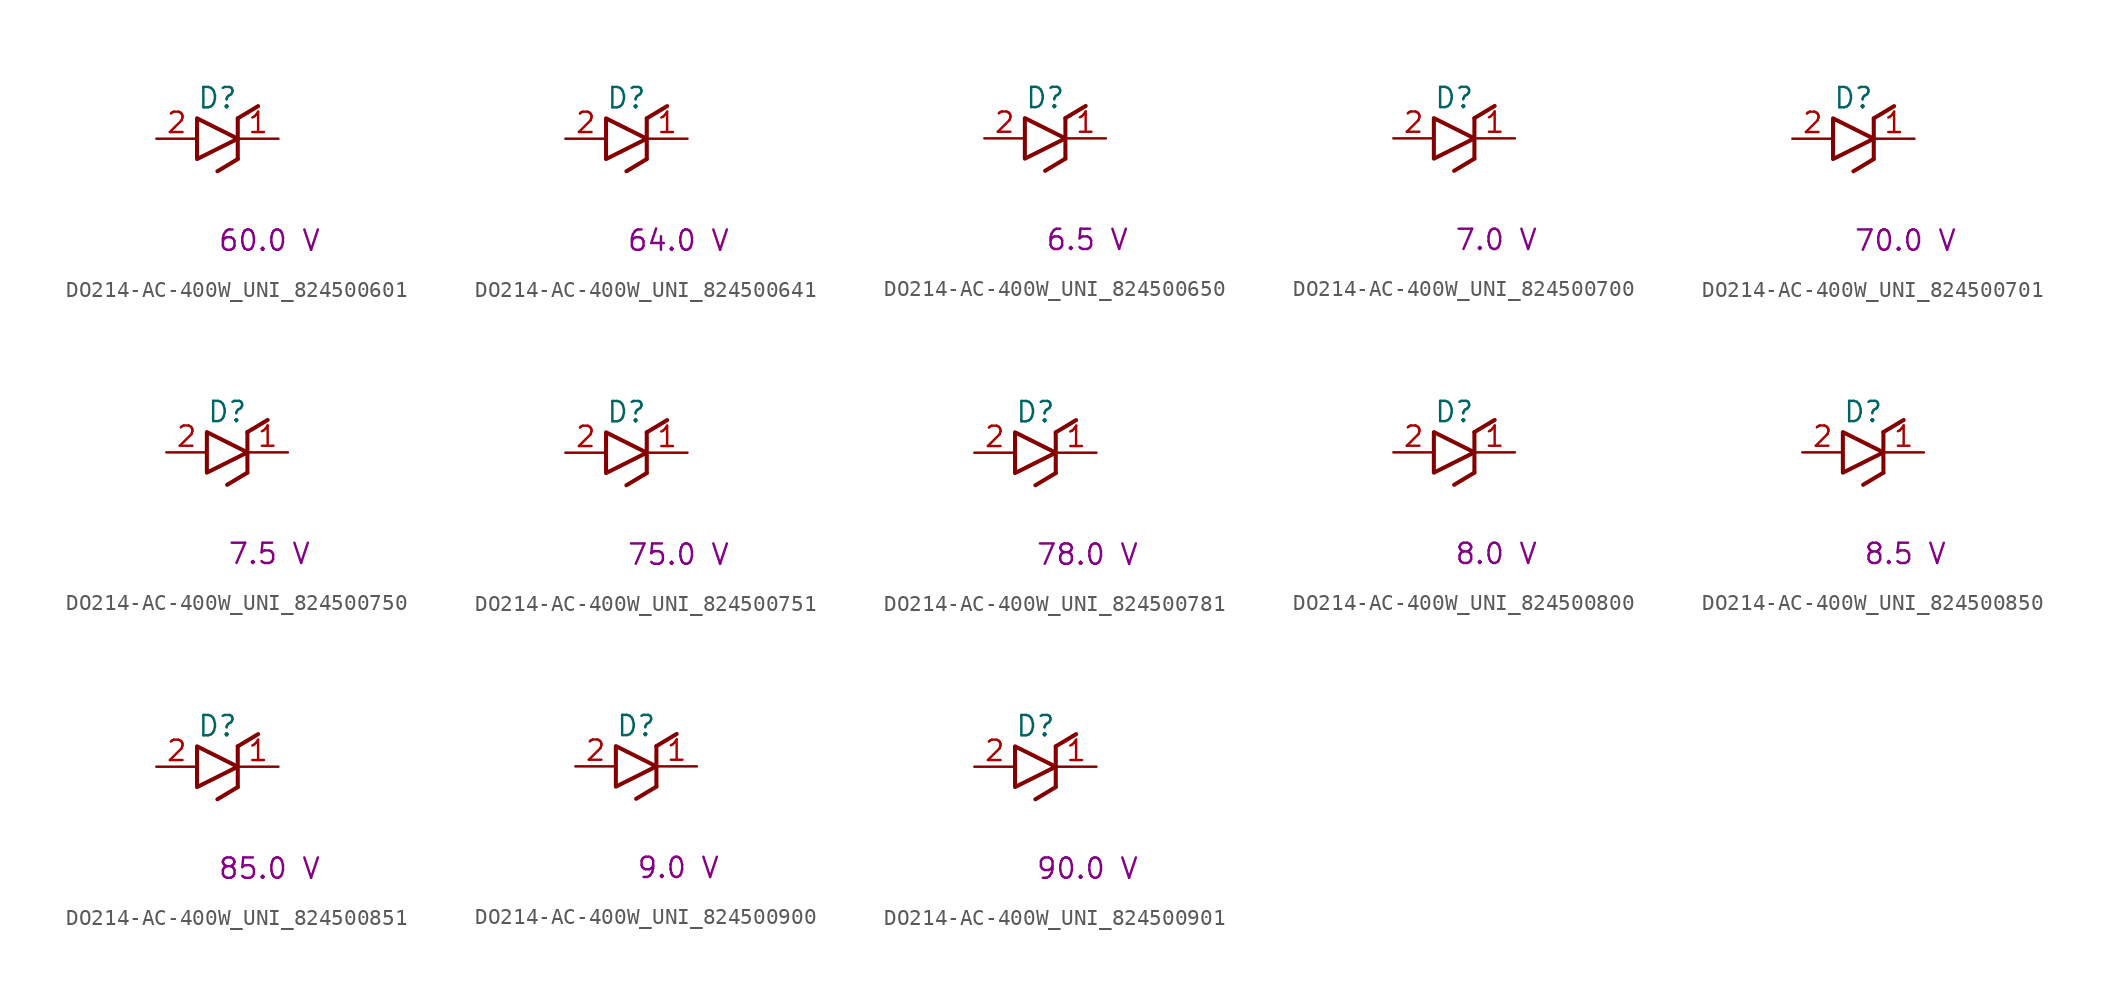
<source format=kicad_sym>
(kicad_symbol_lib
  (version 20220914)
  (generator kicad_symbol_editor)
  (symbol "DO214-AC-400W_UNI_824500601"
    (pin_names hide)
    (property "Reference" "D"
      (at 0 2.54 0)
      (effects (font (size 1.27 1.27))))
    (property "Critical Parameter" "60.0 V"
      (at 0 -6.35 0)
      (effects (font (size 1.27 1.27)) (justify left)))
    (symbol "DO214-AC-400W_UNI_824500601_1_1"
      (polyline (pts (xy 1.27 -1.27) (xy 0 -2.032)) (stroke (width 0.254) (type default)) (fill (type none)))
      (polyline (pts (xy 1.27 1.27) (xy 1.27 -1.27)) (stroke (width 0.254) (type default)) (fill (type none)))
      (polyline (pts (xy 1.27 1.27) (xy 2.54 2.032)) (stroke (width 0.254) (type default)) (fill (type none)))
      (polyline (pts (xy -1.27 1.27) (xy -1.27 -1.27) (xy 1.27 0) (xy -1.27 1.27)) (stroke (width 0.254) (type default)) (fill (type none)))
      (pin passive line (at -3.81 0 0) (length 2.54) (name "Anode" (effects (font (size 1.27 1.27)))) (number "2" (effects (font (size 1.27 1.27)))))
      (pin passive line (at 3.81 0 180) (length 2.54) (name "Cathode" (effects (font (size 1.27 1.27)))) (number "1" (effects (font (size 1.27 1.27)))))))
  (symbol "DO214-AC-400W_UNI_824500641"
    (pin_names hide)
    (property "Reference" "D"
      (at 0 2.54 0)
      (effects (font (size 1.27 1.27))))
    (property "Critical Parameter" "64.0 V"
      (at 0 -6.35 0)
      (effects (font (size 1.27 1.27)) (justify left)))
    (symbol "DO214-AC-400W_UNI_824500641_1_1"
      (polyline (pts (xy 1.27 -1.27) (xy 0 -2.032)) (stroke (width 0.254) (type default)) (fill (type none)))
      (polyline (pts (xy 1.27 1.27) (xy 1.27 -1.27)) (stroke (width 0.254) (type default)) (fill (type none)))
      (polyline (pts (xy 1.27 1.27) (xy 2.54 2.032)) (stroke (width 0.254) (type default)) (fill (type none)))
      (polyline (pts (xy -1.27 1.27) (xy -1.27 -1.27) (xy 1.27 0) (xy -1.27 1.27)) (stroke (width 0.254) (type default)) (fill (type none)))
      (pin passive line (at -3.81 0 0) (length 2.54) (name "Anode" (effects (font (size 1.27 1.27)))) (number "2" (effects (font (size 1.27 1.27)))))
      (pin passive line (at 3.81 0 180) (length 2.54) (name "Cathode" (effects (font (size 1.27 1.27)))) (number "1" (effects (font (size 1.27 1.27)))))))
  (symbol "DO214-AC-400W_UNI_824500650"
    (pin_names hide)
    (property "Reference" "D"
      (at 0 2.54 0)
      (effects (font (size 1.27 1.27))))
    (property "Critical Parameter" "6.5 V"
      (at 0 -6.35 0)
      (effects (font (size 1.27 1.27)) (justify left)))
    (symbol "DO214-AC-400W_UNI_824500650_1_1"
      (polyline (pts (xy 1.27 -1.27) (xy 0 -2.032)) (stroke (width 0.254) (type default)) (fill (type none)))
      (polyline (pts (xy 1.27 1.27) (xy 1.27 -1.27)) (stroke (width 0.254) (type default)) (fill (type none)))
      (polyline (pts (xy 1.27 1.27) (xy 2.54 2.032)) (stroke (width 0.254) (type default)) (fill (type none)))
      (polyline (pts (xy -1.27 1.27) (xy -1.27 -1.27) (xy 1.27 0) (xy -1.27 1.27)) (stroke (width 0.254) (type default)) (fill (type none)))
      (pin passive line (at -3.81 0 0) (length 2.54) (name "Anode" (effects (font (size 1.27 1.27)))) (number "2" (effects (font (size 1.27 1.27)))))
      (pin passive line (at 3.81 0 180) (length 2.54) (name "Cathode" (effects (font (size 1.27 1.27)))) (number "1" (effects (font (size 1.27 1.27)))))))
  (symbol "DO214-AC-400W_UNI_824500700"
    (pin_names hide)
    (property "Reference" "D"
      (at 0 2.54 0)
      (effects (font (size 1.27 1.27))))
    (property "Critical Parameter" "7.0 V"
      (at 0 -6.35 0)
      (effects (font (size 1.27 1.27)) (justify left)))
    (symbol "DO214-AC-400W_UNI_824500700_1_1"
      (polyline (pts (xy 1.27 -1.27) (xy 0 -2.032)) (stroke (width 0.254) (type default)) (fill (type none)))
      (polyline (pts (xy 1.27 1.27) (xy 1.27 -1.27)) (stroke (width 0.254) (type default)) (fill (type none)))
      (polyline (pts (xy 1.27 1.27) (xy 2.54 2.032)) (stroke (width 0.254) (type default)) (fill (type none)))
      (polyline (pts (xy -1.27 1.27) (xy -1.27 -1.27) (xy 1.27 0) (xy -1.27 1.27)) (stroke (width 0.254) (type default)) (fill (type none)))
      (pin passive line (at -3.81 0 0) (length 2.54) (name "Anode" (effects (font (size 1.27 1.27)))) (number "2" (effects (font (size 1.27 1.27)))))
      (pin passive line (at 3.81 0 180) (length 2.54) (name "Cathode" (effects (font (size 1.27 1.27)))) (number "1" (effects (font (size 1.27 1.27)))))))
  (symbol "DO214-AC-400W_UNI_824500701"
    (pin_names hide)
    (property "Reference" "D"
      (at 0 2.54 0)
      (effects (font (size 1.27 1.27))))
    (property "Critical Parameter" "70.0 V"
      (at 0 -6.35 0)
      (effects (font (size 1.27 1.27)) (justify left)))
    (symbol "DO214-AC-400W_UNI_824500701_1_1"
      (polyline (pts (xy 1.27 -1.27) (xy 0 -2.032)) (stroke (width 0.254) (type default)) (fill (type none)))
      (polyline (pts (xy 1.27 1.27) (xy 1.27 -1.27)) (stroke (width 0.254) (type default)) (fill (type none)))
      (polyline (pts (xy 1.27 1.27) (xy 2.54 2.032)) (stroke (width 0.254) (type default)) (fill (type none)))
      (polyline (pts (xy -1.27 1.27) (xy -1.27 -1.27) (xy 1.27 0) (xy -1.27 1.27)) (stroke (width 0.254) (type default)) (fill (type none)))
      (pin passive line (at -3.81 0 0) (length 2.54) (name "Anode" (effects (font (size 1.27 1.27)))) (number "2" (effects (font (size 1.27 1.27)))))
      (pin passive line (at 3.81 0 180) (length 2.54) (name "Cathode" (effects (font (size 1.27 1.27)))) (number "1" (effects (font (size 1.27 1.27)))))))
  (symbol "DO214-AC-400W_UNI_824500750"
    (pin_names hide)
    (property "Reference" "D"
      (at 0 2.54 0)
      (effects (font (size 1.27 1.27))))
    (property "Critical Parameter" "7.5 V"
      (at 0 -6.35 0)
      (effects (font (size 1.27 1.27)) (justify left)))
    (symbol "DO214-AC-400W_UNI_824500750_1_1"
      (polyline (pts (xy 1.27 -1.27) (xy 0 -2.032)) (stroke (width 0.254) (type default)) (fill (type none)))
      (polyline (pts (xy 1.27 1.27) (xy 1.27 -1.27)) (stroke (width 0.254) (type default)) (fill (type none)))
      (polyline (pts (xy 1.27 1.27) (xy 2.54 2.032)) (stroke (width 0.254) (type default)) (fill (type none)))
      (polyline (pts (xy -1.27 1.27) (xy -1.27 -1.27) (xy 1.27 0) (xy -1.27 1.27)) (stroke (width 0.254) (type default)) (fill (type none)))
      (pin passive line (at -3.81 0 0) (length 2.54) (name "Anode" (effects (font (size 1.27 1.27)))) (number "2" (effects (font (size 1.27 1.27)))))
      (pin passive line (at 3.81 0 180) (length 2.54) (name "Cathode" (effects (font (size 1.27 1.27)))) (number "1" (effects (font (size 1.27 1.27)))))))
  (symbol "DO214-AC-400W_UNI_824500751"
    (pin_names hide)
    (property "Reference" "D"
      (at 0 2.54 0)
      (effects (font (size 1.27 1.27))))
    (property "Critical Parameter" "75.0 V"
      (at 0 -6.35 0)
      (effects (font (size 1.27 1.27)) (justify left)))
    (symbol "DO214-AC-400W_UNI_824500751_1_1"
      (polyline (pts (xy 1.27 -1.27) (xy 0 -2.032)) (stroke (width 0.254) (type default)) (fill (type none)))
      (polyline (pts (xy 1.27 1.27) (xy 1.27 -1.27)) (stroke (width 0.254) (type default)) (fill (type none)))
      (polyline (pts (xy 1.27 1.27) (xy 2.54 2.032)) (stroke (width 0.254) (type default)) (fill (type none)))
      (polyline (pts (xy -1.27 1.27) (xy -1.27 -1.27) (xy 1.27 0) (xy -1.27 1.27)) (stroke (width 0.254) (type default)) (fill (type none)))
      (pin passive line (at -3.81 0 0) (length 2.54) (name "Anode" (effects (font (size 1.27 1.27)))) (number "2" (effects (font (size 1.27 1.27)))))
      (pin passive line (at 3.81 0 180) (length 2.54) (name "Cathode" (effects (font (size 1.27 1.27)))) (number "1" (effects (font (size 1.27 1.27)))))))
  (symbol "DO214-AC-400W_UNI_824500781"
    (pin_names hide)
    (property "Reference" "D"
      (at 0 2.54 0)
      (effects (font (size 1.27 1.27))))
    (property "Critical Parameter" "78.0 V"
      (at 0 -6.35 0)
      (effects (font (size 1.27 1.27)) (justify left)))
    (symbol "DO214-AC-400W_UNI_824500781_1_1"
      (polyline (pts (xy 1.27 -1.27) (xy 0 -2.032)) (stroke (width 0.254) (type default)) (fill (type none)))
      (polyline (pts (xy 1.27 1.27) (xy 1.27 -1.27)) (stroke (width 0.254) (type default)) (fill (type none)))
      (polyline (pts (xy 1.27 1.27) (xy 2.54 2.032)) (stroke (width 0.254) (type default)) (fill (type none)))
      (polyline (pts (xy -1.27 1.27) (xy -1.27 -1.27) (xy 1.27 0) (xy -1.27 1.27)) (stroke (width 0.254) (type default)) (fill (type none)))
      (pin passive line (at -3.81 0 0) (length 2.54) (name "Anode" (effects (font (size 1.27 1.27)))) (number "2" (effects (font (size 1.27 1.27)))))
      (pin passive line (at 3.81 0 180) (length 2.54) (name "Cathode" (effects (font (size 1.27 1.27)))) (number "1" (effects (font (size 1.27 1.27)))))))
  (symbol "DO214-AC-400W_UNI_824500800"
    (pin_names hide)
    (property "Reference" "D"
      (at 0 2.54 0)
      (effects (font (size 1.27 1.27))))
    (property "Critical Parameter" "8.0 V"
      (at 0 -6.35 0)
      (effects (font (size 1.27 1.27)) (justify left)))
    (symbol "DO214-AC-400W_UNI_824500800_1_1"
      (polyline (pts (xy 1.27 -1.27) (xy 0 -2.032)) (stroke (width 0.254) (type default)) (fill (type none)))
      (polyline (pts (xy 1.27 1.27) (xy 1.27 -1.27)) (stroke (width 0.254) (type default)) (fill (type none)))
      (polyline (pts (xy 1.27 1.27) (xy 2.54 2.032)) (stroke (width 0.254) (type default)) (fill (type none)))
      (polyline (pts (xy -1.27 1.27) (xy -1.27 -1.27) (xy 1.27 0) (xy -1.27 1.27)) (stroke (width 0.254) (type default)) (fill (type none)))
      (pin passive line (at -3.81 0 0) (length 2.54) (name "Anode" (effects (font (size 1.27 1.27)))) (number "2" (effects (font (size 1.27 1.27)))))
      (pin passive line (at 3.81 0 180) (length 2.54) (name "Cathode" (effects (font (size 1.27 1.27)))) (number "1" (effects (font (size 1.27 1.27)))))))
  (symbol "DO214-AC-400W_UNI_824500850"
    (pin_names hide)
    (property "Reference" "D"
      (at 0 2.54 0)
      (effects (font (size 1.27 1.27))))
    (property "Critical Parameter" "8.5 V"
      (at 0 -6.35 0)
      (effects (font (size 1.27 1.27)) (justify left)))
    (symbol "DO214-AC-400W_UNI_824500850_1_1"
      (polyline (pts (xy 1.27 -1.27) (xy 0 -2.032)) (stroke (width 0.254) (type default)) (fill (type none)))
      (polyline (pts (xy 1.27 1.27) (xy 1.27 -1.27)) (stroke (width 0.254) (type default)) (fill (type none)))
      (polyline (pts (xy 1.27 1.27) (xy 2.54 2.032)) (stroke (width 0.254) (type default)) (fill (type none)))
      (polyline (pts (xy -1.27 1.27) (xy -1.27 -1.27) (xy 1.27 0) (xy -1.27 1.27)) (stroke (width 0.254) (type default)) (fill (type none)))
      (pin passive line (at -3.81 0 0) (length 2.54) (name "Anode" (effects (font (size 1.27 1.27)))) (number "2" (effects (font (size 1.27 1.27)))))
      (pin passive line (at 3.81 0 180) (length 2.54) (name "Cathode" (effects (font (size 1.27 1.27)))) (number "1" (effects (font (size 1.27 1.27)))))))
  (symbol "DO214-AC-400W_UNI_824500851"
    (pin_names hide)
    (property "Reference" "D"
      (at 0 2.54 0)
      (effects (font (size 1.27 1.27))))
    (property "Critical Parameter" "85.0 V"
      (at 0 -6.35 0)
      (effects (font (size 1.27 1.27)) (justify left)))
    (symbol "DO214-AC-400W_UNI_824500851_1_1"
      (polyline (pts (xy 1.27 -1.27) (xy 0 -2.032)) (stroke (width 0.254) (type default)) (fill (type none)))
      (polyline (pts (xy 1.27 1.27) (xy 1.27 -1.27)) (stroke (width 0.254) (type default)) (fill (type none)))
      (polyline (pts (xy 1.27 1.27) (xy 2.54 2.032)) (stroke (width 0.254) (type default)) (fill (type none)))
      (polyline (pts (xy -1.27 1.27) (xy -1.27 -1.27) (xy 1.27 0) (xy -1.27 1.27)) (stroke (width 0.254) (type default)) (fill (type none)))
      (pin passive line (at -3.81 0 0) (length 2.54) (name "Anode" (effects (font (size 1.27 1.27)))) (number "2" (effects (font (size 1.27 1.27)))))
      (pin passive line (at 3.81 0 180) (length 2.54) (name "Cathode" (effects (font (size 1.27 1.27)))) (number "1" (effects (font (size 1.27 1.27)))))))
  (symbol "DO214-AC-400W_UNI_824500900"
    (pin_names hide)
    (property "Reference" "D"
      (at 0 2.54 0)
      (effects (font (size 1.27 1.27))))
    (property "Critical Parameter" "9.0 V"
      (at 0 -6.35 0)
      (effects (font (size 1.27 1.27)) (justify left)))
    (symbol "DO214-AC-400W_UNI_824500900_1_1"
      (polyline (pts (xy 1.27 -1.27) (xy 0 -2.032)) (stroke (width 0.254) (type default)) (fill (type none)))
      (polyline (pts (xy 1.27 1.27) (xy 1.27 -1.27)) (stroke (width 0.254) (type default)) (fill (type none)))
      (polyline (pts (xy 1.27 1.27) (xy 2.54 2.032)) (stroke (width 0.254) (type default)) (fill (type none)))
      (polyline (pts (xy -1.27 1.27) (xy -1.27 -1.27) (xy 1.27 0) (xy -1.27 1.27)) (stroke (width 0.254) (type default)) (fill (type none)))
      (pin passive line (at -3.81 0 0) (length 2.54) (name "Anode" (effects (font (size 1.27 1.27)))) (number "2" (effects (font (size 1.27 1.27)))))
      (pin passive line (at 3.81 0 180) (length 2.54) (name "Cathode" (effects (font (size 1.27 1.27)))) (number "1" (effects (font (size 1.27 1.27)))))))
  (symbol "DO214-AC-400W_UNI_824500901"
    (pin_names hide)
    (property "Reference" "D"
      (at 0 2.54 0)
      (effects (font (size 1.27 1.27))))
    (property "Critical Parameter" "90.0 V"
      (at 0 -6.35 0)
      (effects (font (size 1.27 1.27)) (justify left)))
    (symbol "DO214-AC-400W_UNI_824500901_1_1"
      (polyline (pts (xy 1.27 -1.27) (xy 0 -2.032)) (stroke (width 0.254) (type default)) (fill (type none)))
      (polyline (pts (xy 1.27 1.27) (xy 1.27 -1.27)) (stroke (width 0.254) (type default)) (fill (type none)))
      (polyline (pts (xy 1.27 1.27) (xy 2.54 2.032)) (stroke (width 0.254) (type default)) (fill (type none)))
      (polyline (pts (xy -1.27 1.27) (xy -1.27 -1.27) (xy 1.27 0) (xy -1.27 1.27)) (stroke (width 0.254) (type default)) (fill (type none)))
      (pin passive line (at -3.81 0 0) (length 2.54) (name "Anode" (effects (font (size 1.27 1.27)))) (number "2" (effects (font (size 1.27 1.27)))))
      (pin passive line (at 3.81 0 180) (length 2.54) (name "Cathode" (effects (font (size 1.27 1.27)))) (number "1" (effects (font (size 1.27 1.27))))))))
</source>
